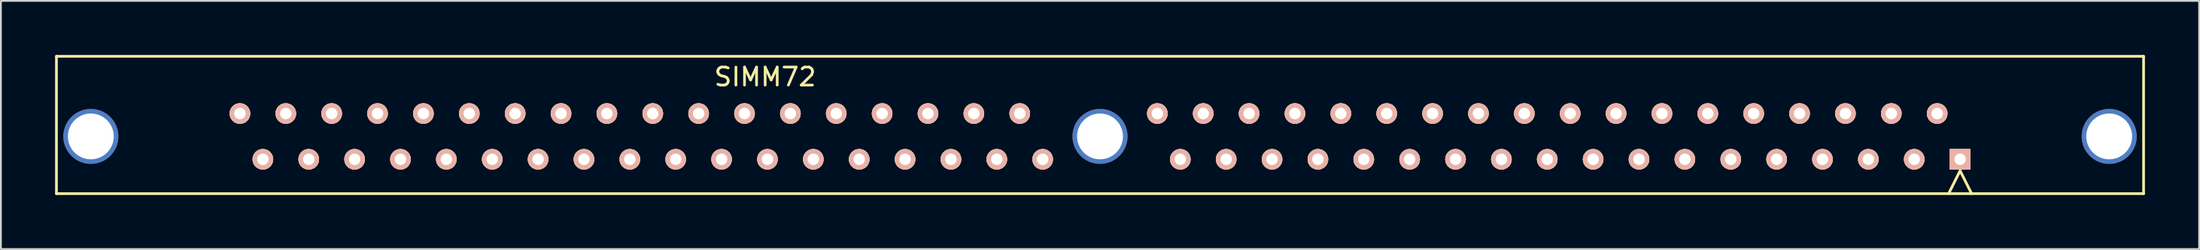
<source format=kicad_pcb>
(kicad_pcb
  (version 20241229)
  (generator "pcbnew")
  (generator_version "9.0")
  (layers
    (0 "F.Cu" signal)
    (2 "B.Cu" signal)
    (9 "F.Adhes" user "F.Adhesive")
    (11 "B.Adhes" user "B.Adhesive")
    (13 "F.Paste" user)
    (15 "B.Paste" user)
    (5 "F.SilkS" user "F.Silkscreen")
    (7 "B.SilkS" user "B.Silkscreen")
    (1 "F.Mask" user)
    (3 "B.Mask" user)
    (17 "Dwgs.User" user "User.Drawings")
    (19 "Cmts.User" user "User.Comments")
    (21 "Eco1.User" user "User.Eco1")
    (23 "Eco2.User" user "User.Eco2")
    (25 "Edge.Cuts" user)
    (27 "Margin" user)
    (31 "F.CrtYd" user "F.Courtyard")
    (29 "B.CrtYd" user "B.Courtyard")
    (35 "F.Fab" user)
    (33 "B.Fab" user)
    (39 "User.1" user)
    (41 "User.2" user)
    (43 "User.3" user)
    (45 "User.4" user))
  (footprint "SIMM72"
    (layer "F.Cu")
    (at 57.86 4.52)
    (property "Reference" "SIMM72" (at -18.542 -3.302 0) (layer "F.SilkS") (effects (font (size 1 1) (thickness 0.15))))
    (attr through_hole)
    (fp_line (start -57.785 -4.445) (end -57.785 3.175) (stroke (width 0.15) (type solid)) (layer "F.SilkS"))
    (fp_line (start -57.785 3.175) (end 57.785 3.175) (stroke (width 0.15) (type solid)) (layer "F.SilkS"))
    (fp_line (start 46.99 3.175) (end 47.625 1.905) (stroke (width 0.15) (type solid)) (layer "F.SilkS"))
    (fp_line (start 47.625 1.905) (end 48.26 3.175) (stroke (width 0.15) (type solid)) (layer "F.SilkS"))
    (fp_line (start 57.785 -4.445) (end -57.785 -4.445) (stroke (width 0.15) (type solid)) (layer "F.SilkS"))
    (fp_line (start 57.785 3.175) (end 57.785 -4.445) (stroke (width 0.15) (type solid)) (layer "F.SilkS"))
    (pad "" thru_hole circle (at -55.88 0) (size 3.048 3.048) (drill 2.54) (layers "*.Cu" "*.Mask"))
    (pad "" thru_hole circle (at 0 0) (size 3.048 3.048) (drill 2.54) (layers "*.Cu" "*.Mask"))
    (pad "" thru_hole circle (at 55.88 0) (size 3.048 3.048) (drill 2.54) (layers "*.Cu" "*.Mask"))
    (pad "1" thru_hole rect (at 47.625 1.27) (size 1.143 1.143) (drill 0.635) (layers "*.Cu" "*.SilkS" "*.Mask"))
    (pad "2" thru_hole circle (at 46.355 -1.27) (size 1.143 1.143) (drill 0.635) (layers "*.Cu" "*.SilkS" "*.Mask"))
    (pad "3" thru_hole circle (at 45.085 1.27) (size 1.143 1.143) (drill 0.635) (layers "*.Cu" "*.SilkS" "*.Mask"))
    (pad "4" thru_hole circle (at 43.815 -1.27) (size 1.143 1.143) (drill 0.635) (layers "*.Cu" "*.SilkS" "*.Mask"))
    (pad "5" thru_hole circle (at 42.545 1.27) (size 1.143 1.143) (drill 0.635) (layers "*.Cu" "*.SilkS" "*.Mask"))
    (pad "6" thru_hole circle (at 41.275 -1.27) (size 1.143 1.143) (drill 0.635) (layers "*.Cu" "*.SilkS" "*.Mask"))
    (pad "7" thru_hole circle (at 40.005 1.27) (size 1.143 1.143) (drill 0.635) (layers "*.Cu" "*.SilkS" "*.Mask"))
    (pad "8" thru_hole circle (at 38.735 -1.27) (size 1.143 1.143) (drill 0.635) (layers "*.Cu" "*.SilkS" "*.Mask"))
    (pad "9" thru_hole circle (at 37.465 1.27) (size 1.143 1.143) (drill 0.635) (layers "*.Cu" "*.SilkS" "*.Mask"))
    (pad "10" thru_hole circle (at 36.195 -1.27) (size 1.143 1.143) (drill 0.635) (layers "*.Cu" "*.SilkS" "*.Mask"))
    (pad "11" thru_hole circle (at 34.925 1.27) (size 1.143 1.143) (drill 0.635) (layers "*.Cu" "*.SilkS" "*.Mask"))
    (pad "12" thru_hole circle (at 33.655 -1.27) (size 1.143 1.143) (drill 0.635) (layers "*.Cu" "*.SilkS" "*.Mask"))
    (pad "13" thru_hole circle (at 32.385 1.27) (size 1.143 1.143) (drill 0.635) (layers "*.Cu" "*.SilkS" "*.Mask"))
    (pad "14" thru_hole circle (at 31.115 -1.27) (size 1.143 1.143) (drill 0.635) (layers "*.Cu" "*.SilkS" "*.Mask"))
    (pad "15" thru_hole circle (at 29.845 1.27) (size 1.143 1.143) (drill 0.635) (layers "*.Cu" "*.SilkS" "*.Mask"))
    (pad "16" thru_hole circle (at 28.575 -1.27) (size 1.143 1.143) (drill 0.635) (layers "*.Cu" "*.SilkS" "*.Mask"))
    (pad "17" thru_hole circle (at 27.305 1.27) (size 1.143 1.143) (drill 0.635) (layers "*.Cu" "*.SilkS" "*.Mask"))
    (pad "18" thru_hole circle (at 26.035 -1.27) (size 1.143 1.143) (drill 0.635) (layers "*.Cu" "*.SilkS" "*.Mask"))
    (pad "19" thru_hole circle (at 24.765 1.27) (size 1.143 1.143) (drill 0.635) (layers "*.Cu" "*.SilkS" "*.Mask"))
    (pad "20" thru_hole circle (at 23.495 -1.27) (size 1.143 1.143) (drill 0.635) (layers "*.Cu" "*.SilkS" "*.Mask"))
    (pad "21" thru_hole circle (at 22.225 1.27) (size 1.143 1.143) (drill 0.635) (layers "*.Cu" "*.SilkS" "*.Mask"))
    (pad "22" thru_hole circle (at 20.955 -1.27) (size 1.143 1.143) (drill 0.635) (layers "*.Cu" "*.SilkS" "*.Mask"))
    (pad "23" thru_hole circle (at 19.685 1.27) (size 1.143 1.143) (drill 0.635) (layers "*.Cu" "*.SilkS" "*.Mask"))
    (pad "24" thru_hole circle (at 18.415 -1.27) (size 1.143 1.143) (drill 0.635) (layers "*.Cu" "*.SilkS" "*.Mask"))
    (pad "25" thru_hole circle (at 17.145 1.27) (size 1.143 1.143) (drill 0.635) (layers "*.Cu" "*.SilkS" "*.Mask"))
    (pad "26" thru_hole circle (at 15.875 -1.27) (size 1.143 1.143) (drill 0.635) (layers "*.Cu" "*.SilkS" "*.Mask"))
    (pad "27" thru_hole circle (at 14.605 1.27) (size 1.143 1.143) (drill 0.635) (layers "*.Cu" "*.SilkS" "*.Mask"))
    (pad "28" thru_hole circle (at 13.335 -1.27) (size 1.143 1.143) (drill 0.635) (layers "*.Cu" "*.SilkS" "*.Mask"))
    (pad "29" thru_hole circle (at 12.065 1.27) (size 1.143 1.143) (drill 0.635) (layers "*.Cu" "*.SilkS" "*.Mask"))
    (pad "30" thru_hole circle (at 10.795 -1.27) (size 1.143 1.143) (drill 0.635) (layers "*.Cu" "*.SilkS" "*.Mask"))
    (pad "31" thru_hole circle (at 9.525 1.27) (size 1.143 1.143) (drill 0.635) (layers "*.Cu" "*.SilkS" "*.Mask"))
    (pad "32" thru_hole circle (at 8.255 -1.27) (size 1.143 1.143) (drill 0.635) (layers "*.Cu" "*.SilkS" "*.Mask"))
    (pad "33" thru_hole circle (at 6.985 1.27) (size 1.143 1.143) (drill 0.635) (layers "*.Cu" "*.SilkS" "*.Mask"))
    (pad "34" thru_hole circle (at 5.715 -1.27) (size 1.143 1.143) (drill 0.635) (layers "*.Cu" "*.SilkS" "*.Mask"))
    (pad "35" thru_hole circle (at 4.445 1.27) (size 1.143 1.143) (drill 0.635) (layers "*.Cu" "*.SilkS" "*.Mask"))
    (pad "36" thru_hole circle (at 3.175 -1.27) (size 1.143 1.143) (drill 0.635) (layers "*.Cu" "*.SilkS" "*.Mask"))
    (pad "37" thru_hole circle (at -3.175 1.27) (size 1.143 1.143) (drill 0.635) (layers "*.Cu" "*.SilkS" "*.Mask"))
    (pad "38" thru_hole circle (at -4.445 -1.27) (size 1.143 1.143) (drill 0.635) (layers "*.Cu" "*.SilkS" "*.Mask"))
    (pad "39" thru_hole circle (at -5.715 1.27) (size 1.143 1.143) (drill 0.635) (layers "*.Cu" "*.SilkS" "*.Mask"))
    (pad "40" thru_hole circle (at -6.985 -1.27) (size 1.143 1.143) (drill 0.635) (layers "*.Cu" "*.SilkS" "*.Mask"))
    (pad "41" thru_hole circle (at -8.255 1.27) (size 1.143 1.143) (drill 0.635) (layers "*.Cu" "*.SilkS" "*.Mask"))
    (pad "42" thru_hole circle (at -9.525 -1.27) (size 1.143 1.143) (drill 0.635) (layers "*.Cu" "*.SilkS" "*.Mask"))
    (pad "43" thru_hole circle (at -10.795 1.27) (size 1.143 1.143) (drill 0.635) (layers "*.Cu" "*.SilkS" "*.Mask"))
    (pad "44" thru_hole circle (at -12.065 -1.27) (size 1.143 1.143) (drill 0.635) (layers "*.Cu" "*.SilkS" "*.Mask"))
    (pad "45" thru_hole circle (at -13.335 1.27) (size 1.143 1.143) (drill 0.635) (layers "*.Cu" "*.SilkS" "*.Mask"))
    (pad "46" thru_hole circle (at -14.605 -1.27) (size 1.143 1.143) (drill 0.635) (layers "*.Cu" "*.SilkS" "*.Mask"))
    (pad "47" thru_hole circle (at -15.875 1.27) (size 1.143 1.143) (drill 0.635) (layers "*.Cu" "*.SilkS" "*.Mask"))
    (pad "48" thru_hole circle (at -17.145 -1.27) (size 1.143 1.143) (drill 0.635) (layers "*.Cu" "*.SilkS" "*.Mask"))
    (pad "49" thru_hole circle (at -18.415 1.27) (size 1.143 1.143) (drill 0.635) (layers "*.Cu" "*.SilkS" "*.Mask"))
    (pad "50" thru_hole circle (at -19.685 -1.27) (size 1.143 1.143) (drill 0.635) (layers "*.Cu" "*.SilkS" "*.Mask"))
    (pad "51" thru_hole circle (at -20.955 1.27) (size 1.143 1.143) (drill 0.635) (layers "*.Cu" "*.SilkS" "*.Mask"))
    (pad "52" thru_hole circle (at -22.225 -1.27) (size 1.143 1.143) (drill 0.635) (layers "*.Cu" "*.SilkS" "*.Mask"))
    (pad "53" thru_hole circle (at -23.495 1.27) (size 1.143 1.143) (drill 0.635) (layers "*.Cu" "*.SilkS" "*.Mask"))
    (pad "54" thru_hole circle (at -24.765 -1.27) (size 1.143 1.143) (drill 0.635) (layers "*.Cu" "*.SilkS" "*.Mask"))
    (pad "55" thru_hole circle (at -26.035 1.27) (size 1.143 1.143) (drill 0.635) (layers "*.Cu" "*.SilkS" "*.Mask"))
    (pad "56" thru_hole circle (at -27.305 -1.27) (size 1.143 1.143) (drill 0.635) (layers "*.Cu" "*.SilkS" "*.Mask"))
    (pad "57" thru_hole circle (at -28.575 1.27) (size 1.143 1.143) (drill 0.635) (layers "*.Cu" "*.SilkS" "*.Mask"))
    (pad "58" thru_hole circle (at -29.845 -1.27) (size 1.143 1.143) (drill 0.635) (layers "*.Cu" "*.SilkS" "*.Mask"))
    (pad "59" thru_hole circle (at -31.115 1.27) (size 1.143 1.143) (drill 0.635) (layers "*.Cu" "*.SilkS" "*.Mask"))
    (pad "60" thru_hole circle (at -32.385 -1.27) (size 1.143 1.143) (drill 0.635) (layers "*.Cu" "*.SilkS" "*.Mask"))
    (pad "61" thru_hole circle (at -33.655 1.27) (size 1.143 1.143) (drill 0.635) (layers "*.Cu" "*.SilkS" "*.Mask"))
    (pad "62" thru_hole circle (at -34.925 -1.27) (size 1.143 1.143) (drill 0.635) (layers "*.Cu" "*.SilkS" "*.Mask"))
    (pad "63" thru_hole circle (at -36.195 1.27) (size 1.143 1.143) (drill 0.635) (layers "*.Cu" "*.SilkS" "*.Mask"))
    (pad "64" thru_hole circle (at -37.465 -1.27) (size 1.143 1.143) (drill 0.635) (layers "*.Cu" "*.SilkS" "*.Mask"))
    (pad "65" thru_hole circle (at -38.735 1.27) (size 1.143 1.143) (drill 0.635) (layers "*.Cu" "*.SilkS" "*.Mask"))
    (pad "66" thru_hole circle (at -40.005 -1.27) (size 1.143 1.143) (drill 0.635) (layers "*.Cu" "*.SilkS" "*.Mask"))
    (pad "67" thru_hole circle (at -41.275 1.27) (size 1.143 1.143) (drill 0.635) (layers "*.Cu" "*.SilkS" "*.Mask"))
    (pad "68" thru_hole circle (at -42.545 -1.27) (size 1.143 1.143) (drill 0.635) (layers "*.Cu" "*.SilkS" "*.Mask"))
    (pad "69" thru_hole circle (at -43.815 1.27) (size 1.143 1.143) (drill 0.635) (layers "*.Cu" "*.SilkS" "*.Mask"))
    (pad "70" thru_hole circle (at -45.085 -1.27) (size 1.143 1.143) (drill 0.635) (layers "*.Cu" "*.SilkS" "*.Mask"))
    (pad "71" thru_hole circle (at -46.355 1.27) (size 1.143 1.143) (drill 0.635) (layers "*.Cu" "*.SilkS" "*.Mask"))
    (pad "72" thru_hole circle (at -47.625 -1.27) (size 1.143 1.143) (drill 0.635) (layers "*.Cu" "*.SilkS" "*.Mask")))
  (gr_rect
    (start -3 -3)
    (end 118.72 10.77)
    (stroke (width 0.1) (type default))
    (fill no)
    (layer "Edge.Cuts")))
</source>
